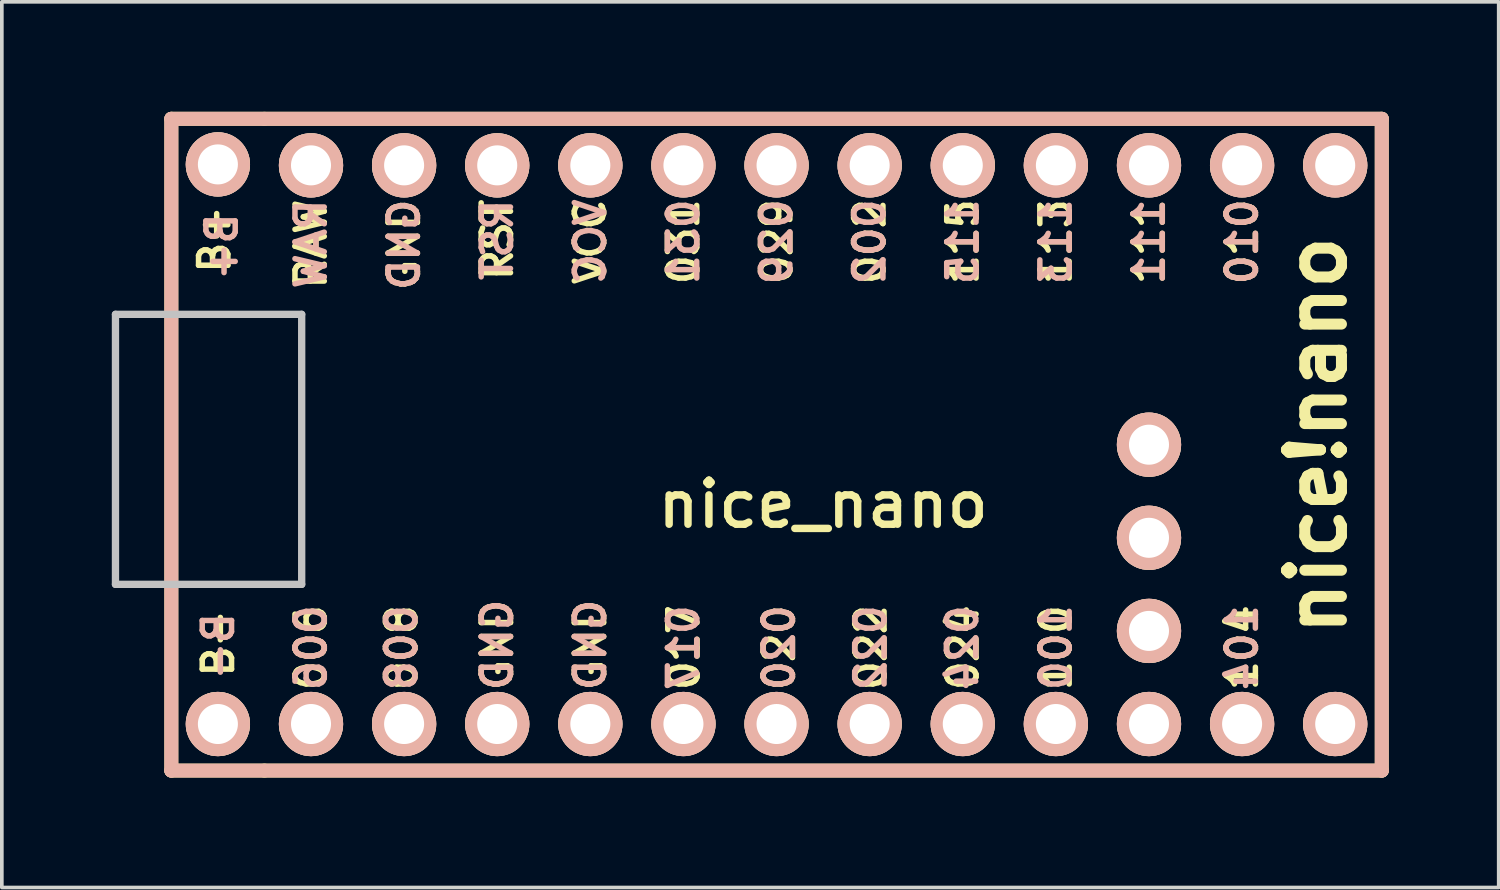
<source format=kicad_pcb>
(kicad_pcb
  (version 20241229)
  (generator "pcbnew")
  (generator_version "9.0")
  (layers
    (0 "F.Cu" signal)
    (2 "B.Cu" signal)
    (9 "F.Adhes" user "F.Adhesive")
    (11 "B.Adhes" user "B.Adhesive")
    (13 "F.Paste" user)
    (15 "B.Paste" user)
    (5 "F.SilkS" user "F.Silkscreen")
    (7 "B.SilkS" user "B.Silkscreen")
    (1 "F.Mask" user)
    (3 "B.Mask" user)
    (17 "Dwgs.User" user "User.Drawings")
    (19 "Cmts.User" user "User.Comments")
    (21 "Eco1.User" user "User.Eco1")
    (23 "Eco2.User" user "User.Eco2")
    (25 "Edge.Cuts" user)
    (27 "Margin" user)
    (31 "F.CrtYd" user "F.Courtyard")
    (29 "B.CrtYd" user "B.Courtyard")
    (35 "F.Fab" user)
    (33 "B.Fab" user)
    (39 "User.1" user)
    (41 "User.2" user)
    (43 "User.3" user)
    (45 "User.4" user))
  (footprint "nice_nano"
    (layer "F.Cu")
    (at 19.404 9.081)
    (property "Reference" "nice_nano" (at 0 1.625 0) (layer "F.SilkS") (effects (font (size 1.2 1.2) (thickness 0.203))))
    (attr through_hole)
    (fp_line (start -17.78 -8.89) (end -17.78 8.89) (stroke (width 0.381) (type solid)) (layer "F.SilkS"))
    (fp_line (start -17.78 8.89) (end -15.24 8.89) (stroke (width 0.381) (type solid)) (layer "F.SilkS"))
    (fp_line (start -15.24 -8.89) (end -17.78 -8.89) (stroke (width 0.381) (type solid)) (layer "F.SilkS"))
    (fp_line (start -15.24 8.89) (end 15.24 8.89) (stroke (width 0.381) (type solid)) (layer "F.SilkS"))
    (fp_line (start 15.24 -8.89) (end -15.24 -8.89) (stroke (width 0.381) (type solid)) (layer "F.SilkS"))
    (fp_line (start 15.24 8.89) (end 15.24 -8.89) (stroke (width 0.381) (type solid)) (layer "F.SilkS"))
    (fp_line (start -17.78 -8.89) (end -17.78 8.89) (stroke (width 0.381) (type solid)) (layer "B.SilkS"))
    (fp_line (start -17.78 8.89) (end 15.24 8.89) (stroke (width 0.381) (type solid)) (layer "B.SilkS"))
    (fp_line (start 15.24 -8.89) (end -17.78 -8.89) (stroke (width 0.381) (type solid)) (layer "B.SilkS"))
    (fp_line (start 15.24 8.89) (end 15.24 -8.89) (stroke (width 0.381) (type solid)) (layer "B.SilkS"))
    (fp_line (start -19.304 -3.556) (end -14.224 -3.556) (stroke (width 0.2) (type solid)) (layer "Dwgs.User"))
    (fp_line (start -19.304 3.81) (end -19.304 -3.556) (stroke (width 0.2) (type solid)) (layer "Dwgs.User"))
    (fp_line (start -14.224 -3.556) (end -14.224 3.81) (stroke (width 0.2) (type solid)) (layer "Dwgs.User"))
    (fp_line (start -14.224 3.81) (end -19.304 3.81) (stroke (width 0.2) (type solid)) (layer "Dwgs.User"))
    (fp_text user "008" (at -11.5 5.537 90) (layer "F.SilkS") (effects (font (size 0.8 0.8) (thickness 0.15))))
    (fp_text user "RST" (at -8.89 -5.588 90) (layer "F.SilkS") (effects (font (size 0.8 0.8) (thickness 0.15))))
    (fp_text user "B+" (at -16.6 -5.6 90) (layer "F.SilkS") (effects (font (size 0.8 0.8) (thickness 0.15))))
    (fp_text user "020" (at -1.2 5.537 90) (layer "F.SilkS") (effects (font (size 0.8 0.8) (thickness 0.15))))
    (fp_text user "B-" (at -16.5 5.417 90) (layer "F.SilkS") (effects (font (size 0.8 0.8) (thickness 0.15))))
    (fp_text user "113" (at 6.35 -5.537 90) (layer "F.SilkS") (effects (font (size 0.8 0.8) (thickness 0.15))))
    (fp_text user "002" (at 1.27 -5.537 90) (layer "F.SilkS") (effects (font (size 0.8 0.8) (thickness 0.15))))
    (fp_text user "104" (at 11.43 5.537 90) (layer "F.SilkS") (effects (font (size 0.8 0.8) (thickness 0.15))))
    (fp_text user "022" (at 1.3 5.537 90) (layer "F.SilkS") (effects (font (size 0.8 0.8) (thickness 0.15))))
    (fp_text user "GND" (at -6.35 5.461 90) (layer "F.SilkS") (effects (font (size 0.8 0.8) (thickness 0.15))))
    (fp_text user "111" (at 8.89 -5.537 90) (layer "F.SilkS") (effects (font (size 0.8 0.8) (thickness 0.15))))
    (fp_text user "115" (at 3.81 -5.537 90) (layer "F.SilkS") (effects (font (size 0.8 0.8) (thickness 0.15))))
    (fp_text user "029" (at -1.27 -5.537 90) (layer "F.SilkS") (effects (font (size 0.8 0.8) (thickness 0.15))))
    (fp_text user "006" (at -13.97 5.537 90) (layer "F.SilkS") (effects (font (size 0.8 0.8) (thickness 0.15))))
    (fp_text user "100" (at 6.35 5.537 90) (layer "F.SilkS") (effects (font (size 0.8 0.8) (thickness 0.15))))
    (fp_text user "VCC" (at -6.35 -5.537 90) (layer "F.SilkS") (effects (font (size 0.8 0.8) (thickness 0.15))))
    (fp_text user "RAW" (at -13.97 -5.474 90) (layer "F.SilkS") (effects (font (size 0.8 0.8) (thickness 0.15))))
    (fp_text user "010" (at 11.43 -5.537 90) (layer "F.SilkS") (effects (font (size 0.8 0.8) (thickness 0.15))))
    (fp_text user "031" (at -3.81 -5.537 90) (layer "F.SilkS") (effects (font (size 0.8 0.8) (thickness 0.15))))
    (fp_text user "nice!nano" (at 13.462 -0.254 90) (layer "F.SilkS") (effects (font (size 1.5 1.5) (thickness 0.3))))
    (fp_text user "024" (at 3.81 5.537 90) (layer "F.SilkS") (effects (font (size 0.8 0.8) (thickness 0.15))))
    (fp_text user "GND" (at -11.43 -5.455 90) (layer "F.SilkS") (effects (font (size 0.8 0.8) (thickness 0.15))))
    (fp_text user "GND" (at -8.89 5.461 90) (layer "F.SilkS") (effects (font (size 0.8 0.8) (thickness 0.15))))
    (fp_text user "017" (at -3.8 5.537 90) (layer "F.SilkS") (effects (font (size 0.8 0.8) (thickness 0.15))))
    (fp_text user "GND" (at -6.35 5.461 90) (layer "B.SilkS") (effects (font (size 0.8 0.8) (thickness 0.15)) (justify mirror)))
    (fp_text user "104" (at 11.43 5.537 90) (layer "B.SilkS") (effects (font (size 0.8 0.8) (thickness 0.15)) (justify mirror)))
    (fp_text user "RAW" (at -13.97 -5.474 90) (layer "B.SilkS") (effects (font (size 0.8 0.8) (thickness 0.15)) (justify mirror)))
    (fp_text user "VCC" (at -6.35 -5.537 90) (layer "B.SilkS") (effects (font (size 0.8 0.8) (thickness 0.15)) (justify mirror)))
    (fp_text user "020" (at -1.2 5.537 90) (layer "B.SilkS") (effects (font (size 0.8 0.8) (thickness 0.15)) (justify mirror)))
    (fp_text user "008" (at -11.5 5.537 90) (layer "B.SilkS") (effects (font (size 0.8 0.8) (thickness 0.15)) (justify mirror)))
    (fp_text user "029" (at -1.27 -5.537 90) (layer "B.SilkS") (effects (font (size 0.8 0.8) (thickness 0.15)) (justify mirror)))
    (fp_text user "115" (at 3.81 -5.537 90) (layer "B.SilkS") (effects (font (size 0.8 0.8) (thickness 0.15)) (justify mirror)))
    (fp_text user "B-" (at -16.5 5.5 90) (layer "B.SilkS") (effects (font (size 0.8 0.8) (thickness 0.15)) (justify mirror)))
    (fp_text user "RST" (at -8.89 -5.588 90) (layer "B.SilkS") (effects (font (size 0.8 0.8) (thickness 0.15)) (justify mirror)))
    (fp_text user "GND" (at -11.43 -5.455 90) (layer "B.SilkS") (effects (font (size 0.8 0.8) (thickness 0.15)) (justify mirror)))
    (fp_text user "113" (at 6.35 -5.537 90) (layer "B.SilkS") (effects (font (size 0.8 0.8) (thickness 0.15)) (justify mirror)))
    (fp_text user "010" (at 11.43 -5.537 90) (layer "B.SilkS") (effects (font (size 0.8 0.8) (thickness 0.15)) (justify mirror)))
    (fp_text user "100" (at 6.35 5.537 90) (layer "B.SilkS") (effects (font (size 0.8 0.8) (thickness 0.15)) (justify mirror)))
    (fp_text user "B+" (at -16.4 -5.4 90) (layer "B.SilkS") (effects (font (size 0.8 0.8) (thickness 0.15)) (justify mirror)))
    (fp_text user "002" (at 1.27 -5.537 90) (layer "B.SilkS") (effects (font (size 0.8 0.8) (thickness 0.15)) (justify mirror)))
    (fp_text user "111" (at 8.89 -5.537 90) (layer "B.SilkS") (effects (font (size 0.8 0.8) (thickness 0.15)) (justify mirror)))
    (fp_text user "031" (at -3.81 -5.537 90) (layer "B.SilkS") (effects (font (size 0.8 0.8) (thickness 0.15)) (justify mirror)))
    (fp_text user "017" (at -3.81 5.537 90) (layer "B.SilkS") (effects (font (size 0.8 0.8) (thickness 0.15)) (justify mirror)))
    (fp_text user "006" (at -13.97 5.537 90) (layer "B.SilkS") (effects (font (size 0.8 0.8) (thickness 0.15)) (justify mirror)))
    (fp_text user "GND" (at -8.89 5.461 90) (layer "B.SilkS") (effects (font (size 0.8 0.8) (thickness 0.15)) (justify mirror)))
    (fp_text user "022" (at 1.3 5.537 90) (layer "B.SilkS") (effects (font (size 0.8 0.8) (thickness 0.15)) (justify mirror)))
    (fp_text user "024" (at 3.8 5.537 90) (layer "B.SilkS") (effects (font (size 0.8 0.8) (thickness 0.15)) (justify mirror)))
    (pad "1" thru_hole circle (at -16.51 7.62) (size 1.753 1.753) (drill 1.092) (layers "*.Cu" "*.SilkS" "*.Mask"))
    (pad "1" thru_hole circle (at -13.97 7.62) (size 1.753 1.753) (drill 1.092) (layers "*.Cu" "*.SilkS" "*.Mask"))
    (pad "2" thru_hole circle (at -11.43 7.62) (size 1.753 1.753) (drill 1.092) (layers "*.Cu" "*.SilkS" "*.Mask"))
    (pad "3" thru_hole circle (at -8.89 7.62) (size 1.753 1.753) (drill 1.092) (layers "*.Cu" "*.SilkS" "*.Mask"))
    (pad "4" thru_hole circle (at -6.35 7.62) (size 1.753 1.753) (drill 1.092) (layers "*.Cu" "*.SilkS" "*.Mask"))
    (pad "5" thru_hole circle (at -3.81 7.62) (size 1.753 1.753) (drill 1.092) (layers "*.Cu" "*.SilkS" "*.Mask"))
    (pad "6" thru_hole circle (at -1.27 7.62) (size 1.753 1.753) (drill 1.092) (layers "*.Cu" "*.SilkS" "*.Mask"))
    (pad "7" thru_hole circle (at 1.27 7.62) (size 1.753 1.753) (drill 1.092) (layers "*.Cu" "*.SilkS" "*.Mask"))
    (pad "8" thru_hole circle (at 3.81 7.62) (size 1.753 1.753) (drill 1.092) (layers "*.Cu" "*.SilkS" "*.Mask"))
    (pad "9" thru_hole circle (at 6.35 7.62) (size 1.753 1.753) (drill 1.092) (layers "*.Cu" "*.SilkS" "*.Mask"))
    (pad "10" thru_hole circle (at 8.89 7.62) (size 1.753 1.753) (drill 1.092) (layers "*.Cu" "*.SilkS" "*.Mask"))
    (pad "11" thru_hole circle (at 11.43 7.62) (size 1.753 1.753) (drill 1.092) (layers "*.Cu" "*.SilkS" "*.Mask"))
    (pad "12" thru_hole circle (at 13.97 7.62) (size 1.753 1.753) (drill 1.092) (layers "*.Cu" "*.SilkS" "*.Mask"))
    (pad "13" thru_hole circle (at 13.97 -7.62) (size 1.753 1.753) (drill 1.092) (layers "*.Cu" "*.SilkS" "*.Mask"))
    (pad "14" thru_hole circle (at 11.43 -7.62) (size 1.753 1.753) (drill 1.092) (layers "*.Cu" "*.SilkS" "*.Mask"))
    (pad "15" thru_hole circle (at 8.89 -7.62) (size 1.753 1.753) (drill 1.092) (layers "*.Cu" "*.SilkS" "*.Mask"))
    (pad "16" thru_hole circle (at 6.35 -7.62) (size 1.753 1.753) (drill 1.092) (layers "*.Cu" "*.SilkS" "*.Mask"))
    (pad "17" thru_hole circle (at 3.81 -7.62) (size 1.753 1.753) (drill 1.092) (layers "*.Cu" "*.SilkS" "*.Mask"))
    (pad "18" thru_hole circle (at 1.27 -7.62) (size 1.753 1.753) (drill 1.092) (layers "*.Cu" "*.SilkS" "*.Mask"))
    (pad "19" thru_hole circle (at -1.27 -7.62) (size 1.753 1.753) (drill 1.092) (layers "*.Cu" "*.SilkS" "*.Mask"))
    (pad "20" thru_hole circle (at -3.81 -7.62) (size 1.753 1.753) (drill 1.092) (layers "*.Cu" "*.SilkS" "*.Mask"))
    (pad "21" thru_hole circle (at -6.35 -7.62) (size 1.753 1.753) (drill 1.092) (layers "*.Cu" "*.SilkS" "*.Mask"))
    (pad "22" thru_hole circle (at -8.89 -7.62) (size 1.753 1.753) (drill 1.092) (layers "*.Cu" "*.SilkS" "*.Mask"))
    (pad "23" thru_hole circle (at -11.43 -7.62) (size 1.753 1.753) (drill 1.092) (layers "*.Cu" "*.SilkS" "*.Mask"))
    (pad "24" thru_hole circle (at -13.97 -7.62) (size 1.753 1.753) (drill 1.092) (layers "*.Cu" "*.SilkS" "*.Mask"))
    (pad "25" thru_hole circle (at -16.51 -7.646) (size 1.753 1.753) (drill 1.092) (layers "*.Cu" "*.SilkS" "*.Mask"))
    (pad "31" thru_hole circle (at 8.89 5.08) (size 1.753 1.753) (drill 1.092) (layers "*.Cu" "*.SilkS" "*.Mask"))
    (pad "32" thru_hole circle (at 8.89 2.54) (size 1.753 1.753) (drill 1.092) (layers "*.Cu" "*.SilkS" "*.Mask"))
    (pad "33" thru_hole circle (at 8.89 0) (size 1.753 1.753) (drill 1.092) (layers "*.Cu" "*.SilkS" "*.Mask")))
  (gr_rect
    (start -3 -3)
    (end 37.834 21.161)
    (stroke (width 0.1) (type default))
    (fill no)
    (layer "Edge.Cuts")))
</source>
